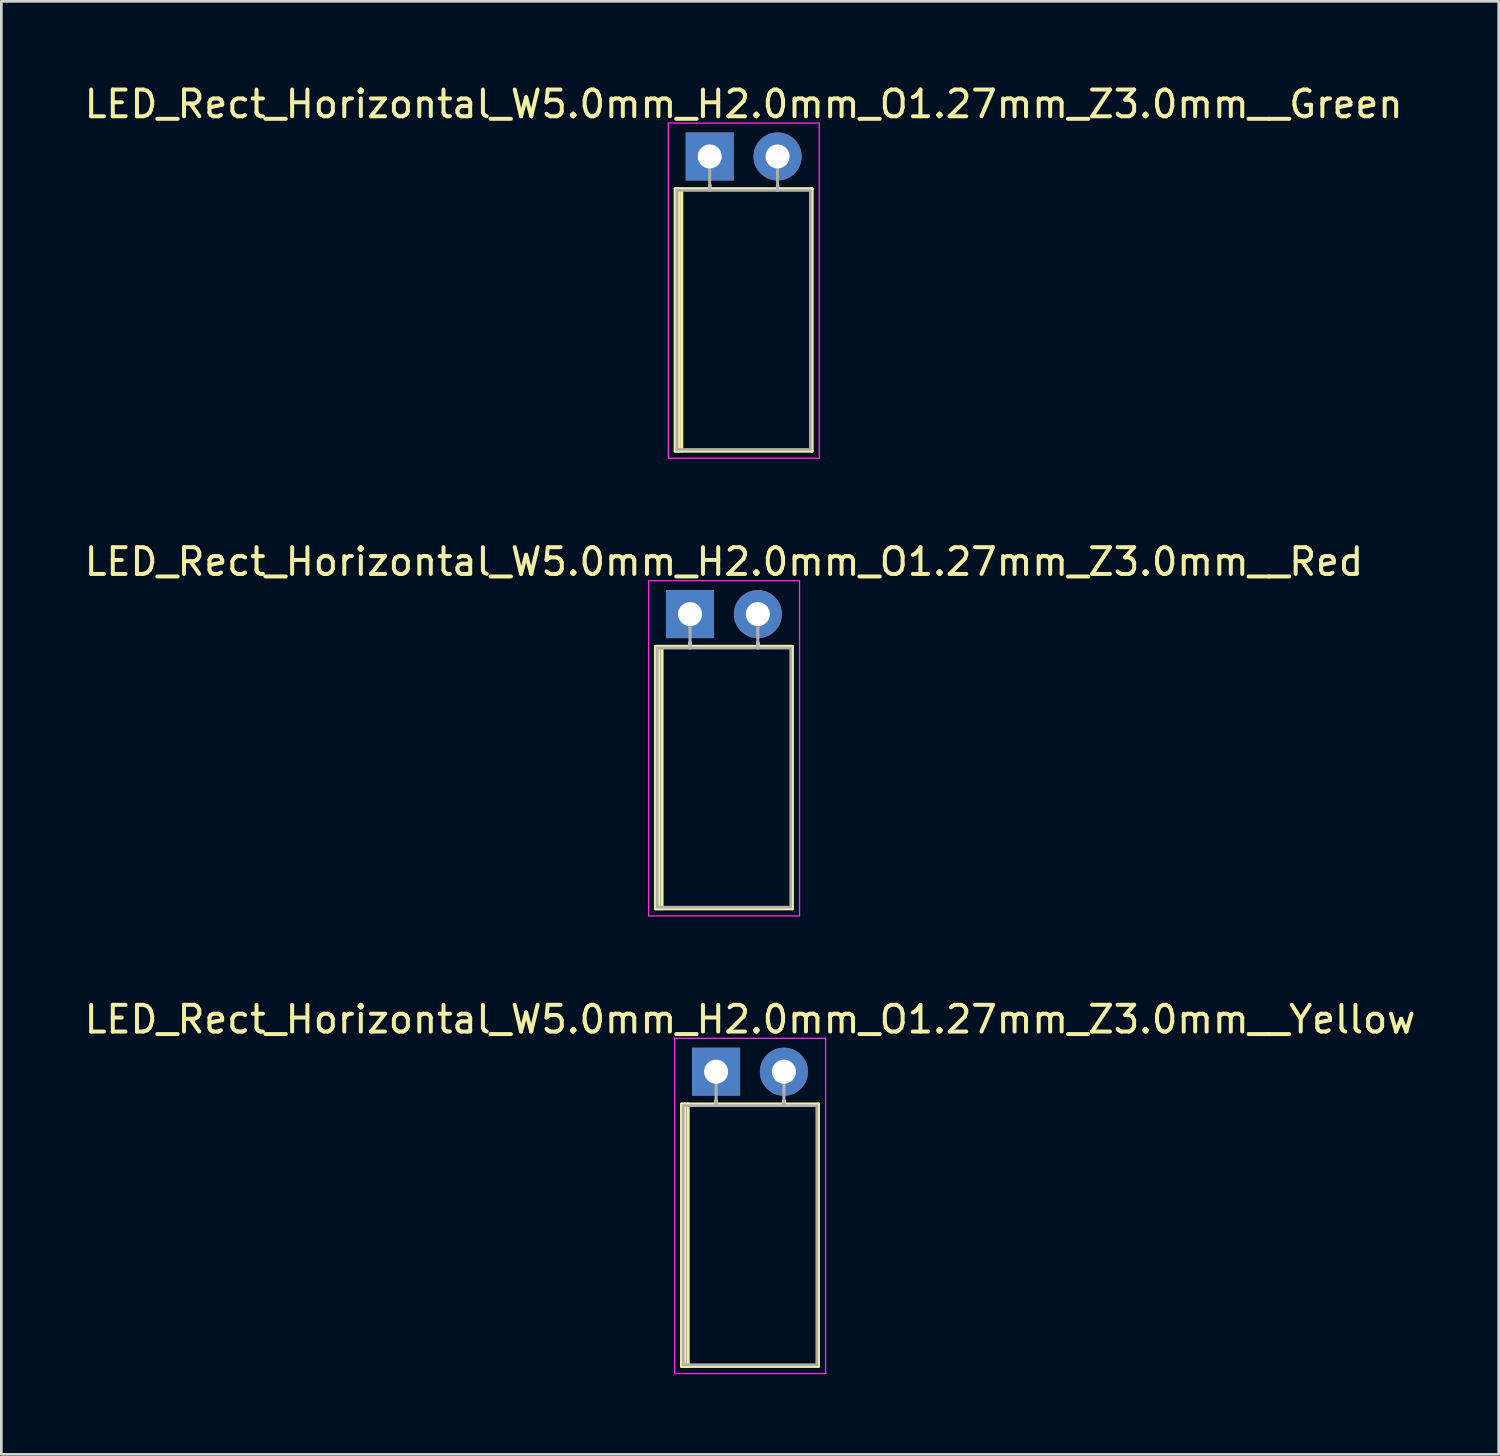
<source format=kicad_pcb>
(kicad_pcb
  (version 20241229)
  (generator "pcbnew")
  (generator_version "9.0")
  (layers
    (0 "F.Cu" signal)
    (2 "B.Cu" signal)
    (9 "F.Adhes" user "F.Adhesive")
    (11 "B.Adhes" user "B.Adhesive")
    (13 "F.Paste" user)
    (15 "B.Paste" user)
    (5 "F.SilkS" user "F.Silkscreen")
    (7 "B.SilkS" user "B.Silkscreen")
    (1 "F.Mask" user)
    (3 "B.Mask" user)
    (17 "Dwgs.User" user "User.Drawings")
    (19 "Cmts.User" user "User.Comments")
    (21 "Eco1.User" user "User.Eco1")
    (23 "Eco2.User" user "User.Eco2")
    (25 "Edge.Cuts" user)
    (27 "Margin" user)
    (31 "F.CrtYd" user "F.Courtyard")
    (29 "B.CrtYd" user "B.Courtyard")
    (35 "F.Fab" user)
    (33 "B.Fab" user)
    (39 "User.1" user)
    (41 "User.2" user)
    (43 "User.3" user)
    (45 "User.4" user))
  (footprint "LED_Rect_Horizontal_W5.0mm_H2.0mm_O1.27mm_Z3.0mm__Green"
    (layer "F.Cu")
    (at 23.522 2.808)
    (property "Reference" "LED_Rect_Horizontal_W5.0mm_H2.0mm_O1.27mm_Z3.0mm__Green" (at 1.27 -1.96 0) (layer "F.SilkS") (effects (font (size 1 1) (thickness 0.15))))
    (attr through_hole)
    (fp_line (start -1.29 1.21) (end -1.29 11.03) (stroke (width 0.12) (type solid)) (layer "F.SilkS"))
    (fp_line (start -1.29 11.03) (end 3.83 11.03) (stroke (width 0.12) (type solid)) (layer "F.SilkS"))
    (fp_line (start -1.17 1.21) (end -1.17 11.03) (stroke (width 0.12) (type solid)) (layer "F.SilkS"))
    (fp_line (start -1.05 1.21) (end -1.05 11.03) (stroke (width 0.12) (type solid)) (layer "F.SilkS"))
    (fp_line (start 0 1.08) (end 0 1.08) (stroke (width 0.12) (type solid)) (layer "F.SilkS"))
    (fp_line (start 0 1.08) (end 0 1.21) (stroke (width 0.12) (type solid)) (layer "F.SilkS"))
    (fp_line (start 0 1.21) (end 0 1.08) (stroke (width 0.12) (type solid)) (layer "F.SilkS"))
    (fp_line (start 0 1.21) (end 0 1.21) (stroke (width 0.12) (type solid)) (layer "F.SilkS"))
    (fp_line (start 2.54 1.08) (end 2.54 1.08) (stroke (width 0.12) (type solid)) (layer "F.SilkS"))
    (fp_line (start 2.54 1.08) (end 2.54 1.21) (stroke (width 0.12) (type solid)) (layer "F.SilkS"))
    (fp_line (start 2.54 1.21) (end 2.54 1.08) (stroke (width 0.12) (type solid)) (layer "F.SilkS"))
    (fp_line (start 2.54 1.21) (end 2.54 1.21) (stroke (width 0.12) (type solid)) (layer "F.SilkS"))
    (fp_line (start 3.83 1.21) (end -1.29 1.21) (stroke (width 0.12) (type solid)) (layer "F.SilkS"))
    (fp_line (start 3.83 11.03) (end 3.83 1.21) (stroke (width 0.12) (type solid)) (layer "F.SilkS"))
    (fp_line (start -1.55 -1.25) (end -1.55 11.3) (stroke (width 0.05) (type solid)) (layer "F.CrtYd"))
    (fp_line (start -1.55 11.3) (end 4.1 11.3) (stroke (width 0.05) (type solid)) (layer "F.CrtYd"))
    (fp_line (start 4.1 -1.25) (end -1.55 -1.25) (stroke (width 0.05) (type solid)) (layer "F.CrtYd"))
    (fp_line (start 4.1 11.3) (end 4.1 -1.25) (stroke (width 0.05) (type solid)) (layer "F.CrtYd"))
    (fp_line (start -1.23 1.27) (end -1.23 10.97) (stroke (width 0.1) (type solid)) (layer "F.Fab"))
    (fp_line (start -1.23 10.97) (end 3.77 10.97) (stroke (width 0.1) (type solid)) (layer "F.Fab"))
    (fp_line (start 0 0) (end 0 0) (stroke (width 0.1) (type solid)) (layer "F.Fab"))
    (fp_line (start 0 0) (end 0 1.27) (stroke (width 0.1) (type solid)) (layer "F.Fab"))
    (fp_line (start 0 1.27) (end 0 0) (stroke (width 0.1) (type solid)) (layer "F.Fab"))
    (fp_line (start 0 1.27) (end 0 1.27) (stroke (width 0.1) (type solid)) (layer "F.Fab"))
    (fp_line (start 2.54 0) (end 2.54 0) (stroke (width 0.1) (type solid)) (layer "F.Fab"))
    (fp_line (start 2.54 0) (end 2.54 1.27) (stroke (width 0.1) (type solid)) (layer "F.Fab"))
    (fp_line (start 2.54 1.27) (end 2.54 0) (stroke (width 0.1) (type solid)) (layer "F.Fab"))
    (fp_line (start 2.54 1.27) (end 2.54 1.27) (stroke (width 0.1) (type solid)) (layer "F.Fab"))
    (fp_line (start 3.77 1.27) (end -1.23 1.27) (stroke (width 0.1) (type solid)) (layer "F.Fab"))
    (fp_line (start 3.77 10.97) (end 3.77 1.27) (stroke (width 0.1) (type solid)) (layer "F.Fab"))
    (pad "1" thru_hole rect (at 0 0) (size 1.8 1.8) (drill 0.9) (layers "*.Cu" "*.Mask"))
    (pad "2" thru_hole circle (at 2.54 0) (size 1.8 1.8) (drill 0.9) (layers "*.Cu" "*.Mask")))
  (footprint "LED_Rect_Horizontal_W5.0mm_H2.0mm_O1.27mm_Z3.0mm__Red"
    (layer "F.Cu")
    (at 22.784 19.942)
    (property "Reference" "LED_Rect_Horizontal_W5.0mm_H2.0mm_O1.27mm_Z3.0mm__Red" (at 1.27 -1.96 0) (layer "F.SilkS") (effects (font (size 1 1) (thickness 0.15))))
    (attr through_hole)
    (fp_line (start -1.29 1.21) (end -1.29 11.03) (stroke (width 0.12) (type solid)) (layer "F.SilkS"))
    (fp_line (start -1.29 11.03) (end 3.83 11.03) (stroke (width 0.12) (type solid)) (layer "F.SilkS"))
    (fp_line (start -1.17 1.21) (end -1.17 11.03) (stroke (width 0.12) (type solid)) (layer "F.SilkS"))
    (fp_line (start -1.05 1.21) (end -1.05 11.03) (stroke (width 0.12) (type solid)) (layer "F.SilkS"))
    (fp_line (start 0 1.08) (end 0 1.08) (stroke (width 0.12) (type solid)) (layer "F.SilkS"))
    (fp_line (start 0 1.08) (end 0 1.21) (stroke (width 0.12) (type solid)) (layer "F.SilkS"))
    (fp_line (start 0 1.21) (end 0 1.08) (stroke (width 0.12) (type solid)) (layer "F.SilkS"))
    (fp_line (start 0 1.21) (end 0 1.21) (stroke (width 0.12) (type solid)) (layer "F.SilkS"))
    (fp_line (start 2.54 1.08) (end 2.54 1.08) (stroke (width 0.12) (type solid)) (layer "F.SilkS"))
    (fp_line (start 2.54 1.08) (end 2.54 1.21) (stroke (width 0.12) (type solid)) (layer "F.SilkS"))
    (fp_line (start 2.54 1.21) (end 2.54 1.08) (stroke (width 0.12) (type solid)) (layer "F.SilkS"))
    (fp_line (start 2.54 1.21) (end 2.54 1.21) (stroke (width 0.12) (type solid)) (layer "F.SilkS"))
    (fp_line (start 3.83 1.21) (end -1.29 1.21) (stroke (width 0.12) (type solid)) (layer "F.SilkS"))
    (fp_line (start 3.83 11.03) (end 3.83 1.21) (stroke (width 0.12) (type solid)) (layer "F.SilkS"))
    (fp_line (start -1.55 -1.25) (end -1.55 11.3) (stroke (width 0.05) (type solid)) (layer "F.CrtYd"))
    (fp_line (start -1.55 11.3) (end 4.1 11.3) (stroke (width 0.05) (type solid)) (layer "F.CrtYd"))
    (fp_line (start 4.1 -1.25) (end -1.55 -1.25) (stroke (width 0.05) (type solid)) (layer "F.CrtYd"))
    (fp_line (start 4.1 11.3) (end 4.1 -1.25) (stroke (width 0.05) (type solid)) (layer "F.CrtYd"))
    (fp_line (start -1.23 1.27) (end -1.23 10.97) (stroke (width 0.1) (type solid)) (layer "F.Fab"))
    (fp_line (start -1.23 10.97) (end 3.77 10.97) (stroke (width 0.1) (type solid)) (layer "F.Fab"))
    (fp_line (start 0 0) (end 0 0) (stroke (width 0.1) (type solid)) (layer "F.Fab"))
    (fp_line (start 0 0) (end 0 1.27) (stroke (width 0.1) (type solid)) (layer "F.Fab"))
    (fp_line (start 0 1.27) (end 0 0) (stroke (width 0.1) (type solid)) (layer "F.Fab"))
    (fp_line (start 0 1.27) (end 0 1.27) (stroke (width 0.1) (type solid)) (layer "F.Fab"))
    (fp_line (start 2.54 0) (end 2.54 0) (stroke (width 0.1) (type solid)) (layer "F.Fab"))
    (fp_line (start 2.54 0) (end 2.54 1.27) (stroke (width 0.1) (type solid)) (layer "F.Fab"))
    (fp_line (start 2.54 1.27) (end 2.54 0) (stroke (width 0.1) (type solid)) (layer "F.Fab"))
    (fp_line (start 2.54 1.27) (end 2.54 1.27) (stroke (width 0.1) (type solid)) (layer "F.Fab"))
    (fp_line (start 3.77 1.27) (end -1.23 1.27) (stroke (width 0.1) (type solid)) (layer "F.Fab"))
    (fp_line (start 3.77 10.97) (end 3.77 1.27) (stroke (width 0.1) (type solid)) (layer "F.Fab"))
    (pad "1" thru_hole rect (at 0 0) (size 1.8 1.8) (drill 0.9) (layers "*.Cu" "*.Mask"))
    (pad "2" thru_hole circle (at 2.54 0) (size 1.8 1.8) (drill 0.9) (layers "*.Cu" "*.Mask")))
  (footprint "LED_Rect_Horizontal_W5.0mm_H2.0mm_O1.27mm_Z3.0mm__Yellow"
    (layer "F.Cu")
    (at 23.76 37.075)
    (property "Reference" "LED_Rect_Horizontal_W5.0mm_H2.0mm_O1.27mm_Z3.0mm__Yellow" (at 1.27 -1.96 0) (layer "F.SilkS") (effects (font (size 1 1) (thickness 0.15))))
    (attr through_hole)
    (fp_line (start -1.29 1.21) (end -1.29 11.03) (stroke (width 0.12) (type solid)) (layer "F.SilkS"))
    (fp_line (start -1.29 11.03) (end 3.83 11.03) (stroke (width 0.12) (type solid)) (layer "F.SilkS"))
    (fp_line (start -1.17 1.21) (end -1.17 11.03) (stroke (width 0.12) (type solid)) (layer "F.SilkS"))
    (fp_line (start -1.05 1.21) (end -1.05 11.03) (stroke (width 0.12) (type solid)) (layer "F.SilkS"))
    (fp_line (start 0 1.08) (end 0 1.08) (stroke (width 0.12) (type solid)) (layer "F.SilkS"))
    (fp_line (start 0 1.08) (end 0 1.21) (stroke (width 0.12) (type solid)) (layer "F.SilkS"))
    (fp_line (start 0 1.21) (end 0 1.08) (stroke (width 0.12) (type solid)) (layer "F.SilkS"))
    (fp_line (start 0 1.21) (end 0 1.21) (stroke (width 0.12) (type solid)) (layer "F.SilkS"))
    (fp_line (start 2.54 1.08) (end 2.54 1.08) (stroke (width 0.12) (type solid)) (layer "F.SilkS"))
    (fp_line (start 2.54 1.08) (end 2.54 1.21) (stroke (width 0.12) (type solid)) (layer "F.SilkS"))
    (fp_line (start 2.54 1.21) (end 2.54 1.08) (stroke (width 0.12) (type solid)) (layer "F.SilkS"))
    (fp_line (start 2.54 1.21) (end 2.54 1.21) (stroke (width 0.12) (type solid)) (layer "F.SilkS"))
    (fp_line (start 3.83 1.21) (end -1.29 1.21) (stroke (width 0.12) (type solid)) (layer "F.SilkS"))
    (fp_line (start 3.83 11.03) (end 3.83 1.21) (stroke (width 0.12) (type solid)) (layer "F.SilkS"))
    (fp_line (start -1.55 -1.25) (end -1.55 11.3) (stroke (width 0.05) (type solid)) (layer "F.CrtYd"))
    (fp_line (start -1.55 11.3) (end 4.1 11.3) (stroke (width 0.05) (type solid)) (layer "F.CrtYd"))
    (fp_line (start 4.1 -1.25) (end -1.55 -1.25) (stroke (width 0.05) (type solid)) (layer "F.CrtYd"))
    (fp_line (start 4.1 11.3) (end 4.1 -1.25) (stroke (width 0.05) (type solid)) (layer "F.CrtYd"))
    (fp_line (start -1.23 1.27) (end -1.23 10.97) (stroke (width 0.1) (type solid)) (layer "F.Fab"))
    (fp_line (start -1.23 10.97) (end 3.77 10.97) (stroke (width 0.1) (type solid)) (layer "F.Fab"))
    (fp_line (start 0 0) (end 0 0) (stroke (width 0.1) (type solid)) (layer "F.Fab"))
    (fp_line (start 0 0) (end 0 1.27) (stroke (width 0.1) (type solid)) (layer "F.Fab"))
    (fp_line (start 0 1.27) (end 0 0) (stroke (width 0.1) (type solid)) (layer "F.Fab"))
    (fp_line (start 0 1.27) (end 0 1.27) (stroke (width 0.1) (type solid)) (layer "F.Fab"))
    (fp_line (start 2.54 0) (end 2.54 0) (stroke (width 0.1) (type solid)) (layer "F.Fab"))
    (fp_line (start 2.54 0) (end 2.54 1.27) (stroke (width 0.1) (type solid)) (layer "F.Fab"))
    (fp_line (start 2.54 1.27) (end 2.54 0) (stroke (width 0.1) (type solid)) (layer "F.Fab"))
    (fp_line (start 2.54 1.27) (end 2.54 1.27) (stroke (width 0.1) (type solid)) (layer "F.Fab"))
    (fp_line (start 3.77 1.27) (end -1.23 1.27) (stroke (width 0.1) (type solid)) (layer "F.Fab"))
    (fp_line (start 3.77 10.97) (end 3.77 1.27) (stroke (width 0.1) (type solid)) (layer "F.Fab"))
    (pad "1" thru_hole rect (at 0 0) (size 1.8 1.8) (drill 0.9) (layers "*.Cu" "*.Mask"))
    (pad "2" thru_hole circle (at 2.54 0) (size 1.8 1.8) (drill 0.9) (layers "*.Cu" "*.Mask")))
  (gr_rect
    (start -3 -3)
    (end 53.06 51.4)
    (stroke (width 0.1) (type default))
    (fill no)
    (layer "Edge.Cuts")))
</source>
